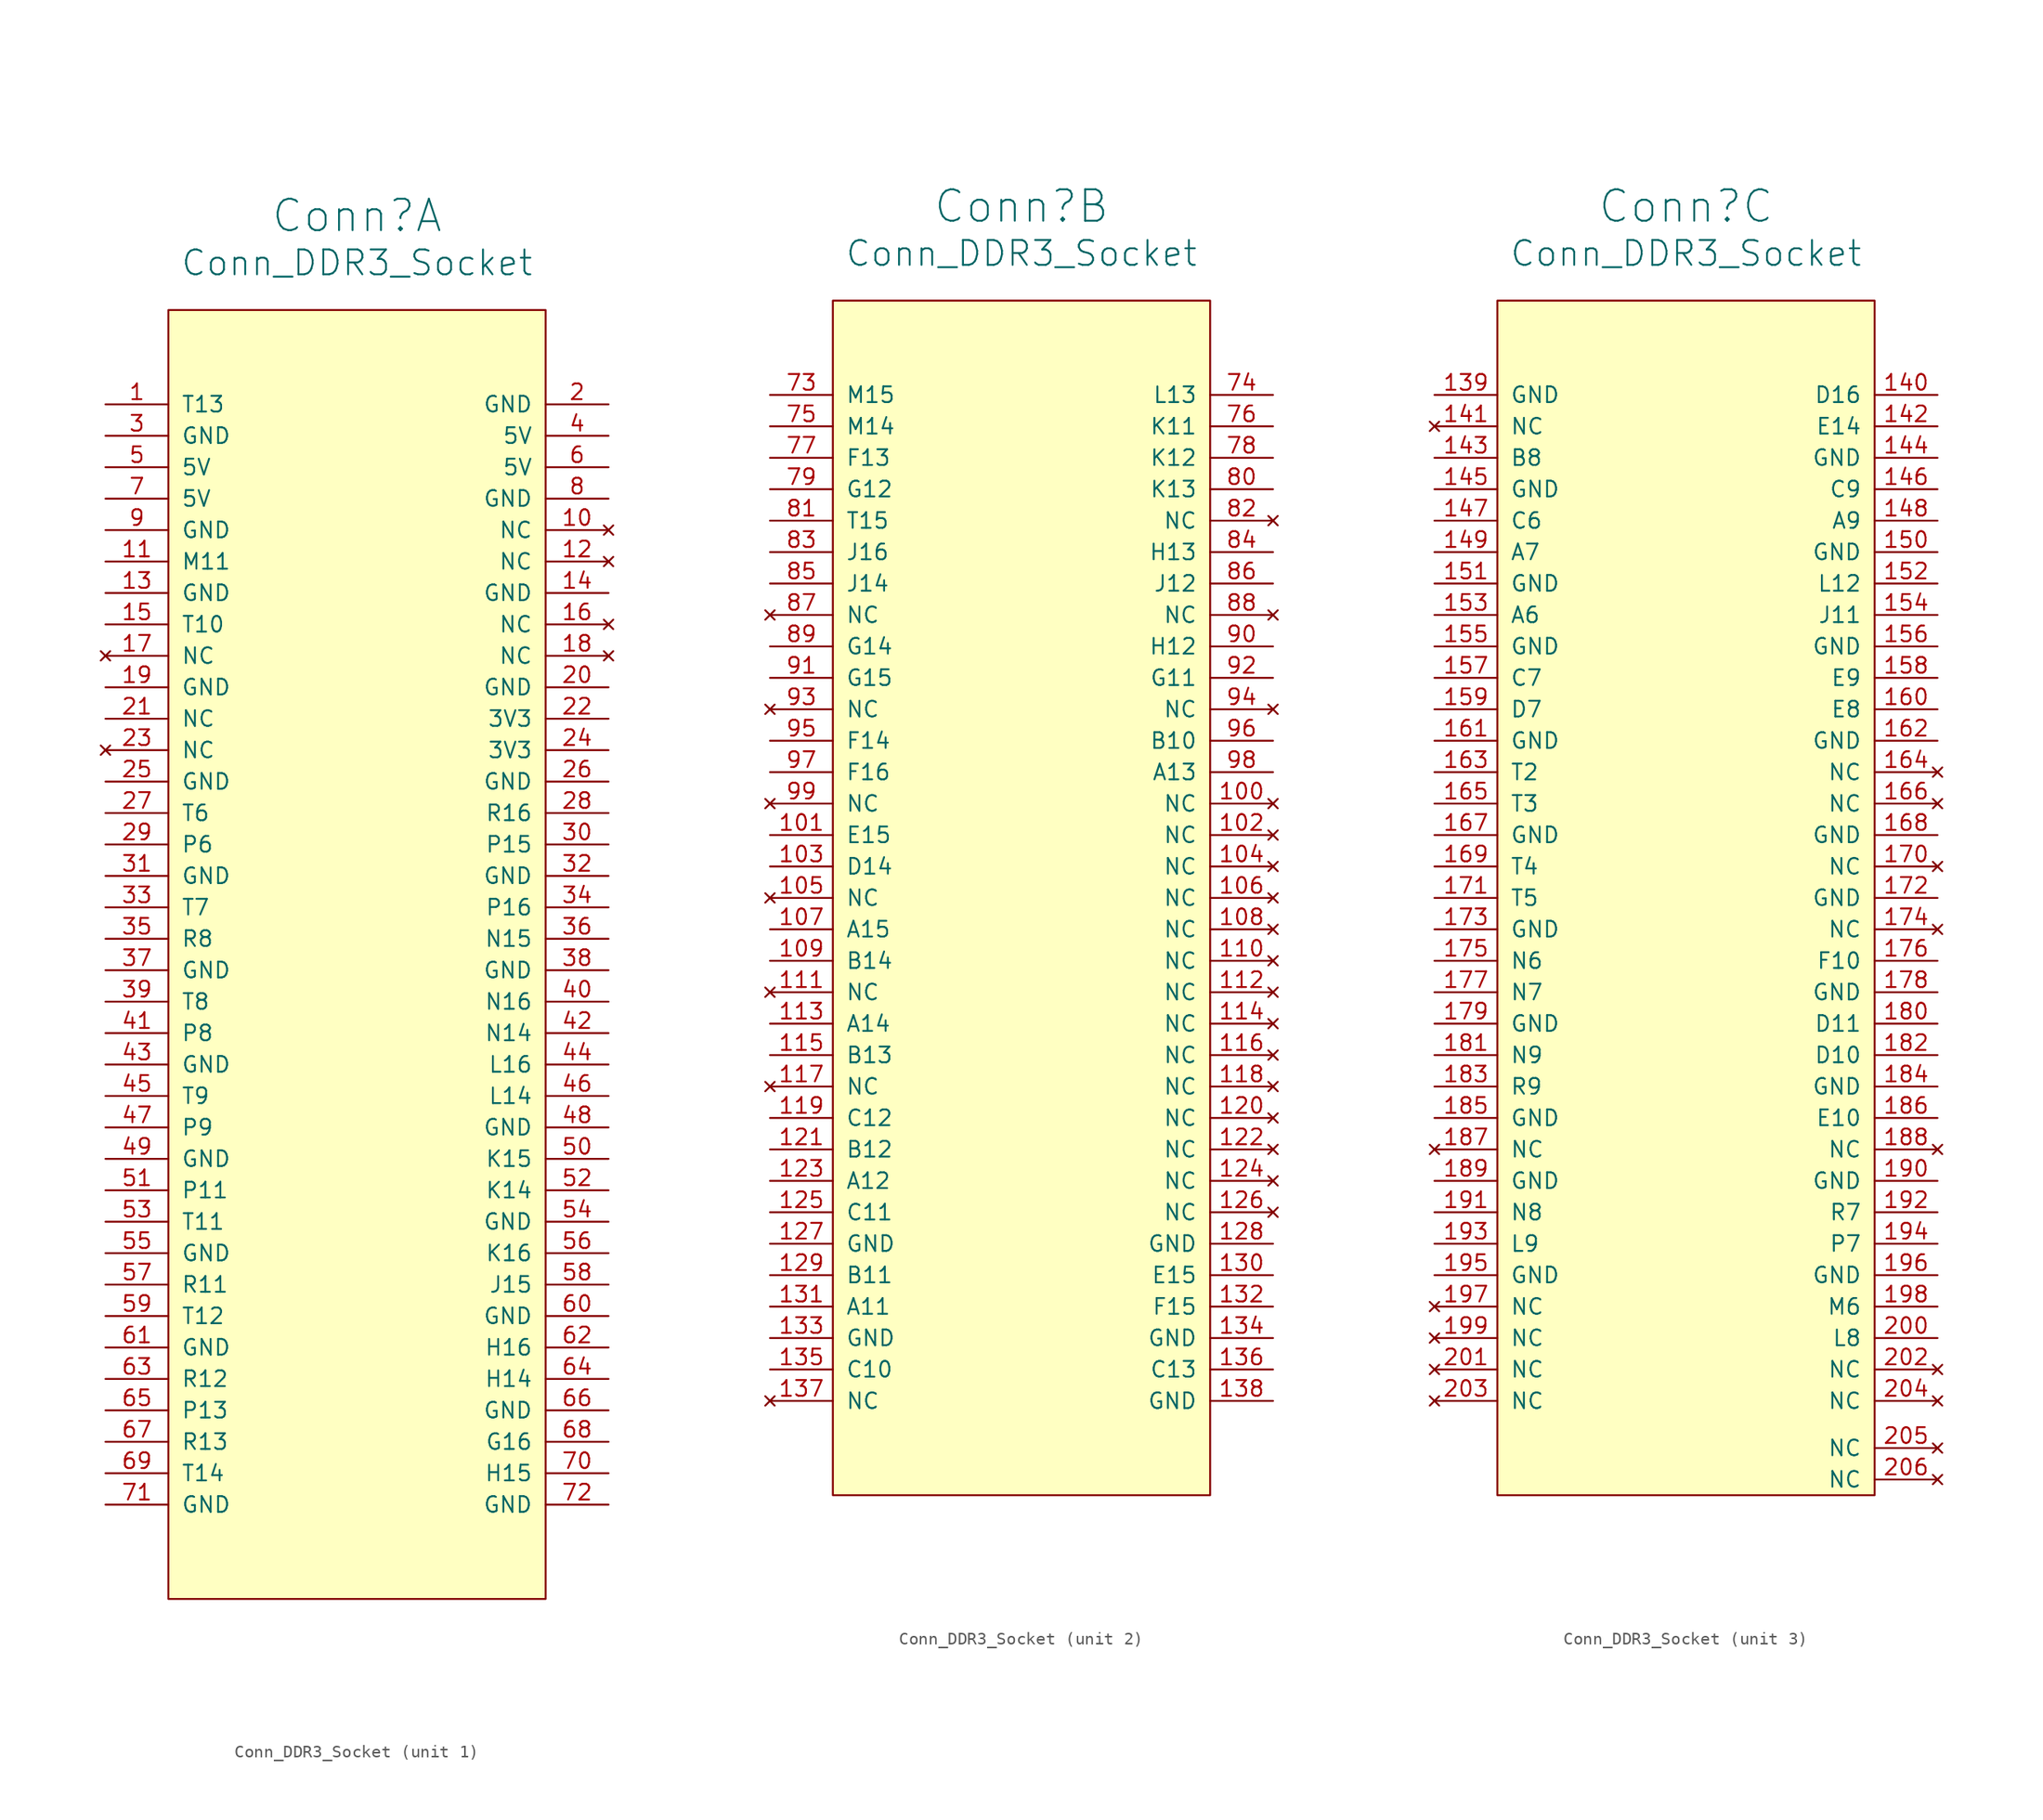
<source format=kicad_sym>
(kicad_symbol_lib
  (version 20211014)
  (generator kicad_symbol_editor)
  (symbol "Conn_DDR3_Socket"
    (pin_names
      (offset 1.016))
    (property "Reference" "Conn"
      (at 0 0 0)
      (effects (font (size 2.54 2.54))))
    (property "Value" "Conn_DDR3_Socket"
      (at 0 -3.81 0)
      (effects (font (size 2.007 2.007))))
    (property "ki_locked" ""
      (at 0 0 0)
      (effects (font (size 1.27 1.27))))
    (symbol "Conn_DDR3_Socket_1_1"
      (rectangle (start -15.24 -7.62) (end 15.24 -111.76) (stroke (width 0) (type default) (color 0 0 0 0)) (fill (type background)))
      (pin bidirectional line (at -20.32 -15.24 0) (length 5.08) (name "T13" (effects (font (size 1.27 1.27)))) (number "1" (effects (font (size 1.27 1.27)))))
      (pin no_connect line (at 20.32 -25.4 180) (length 5.08) (name "NC" (effects (font (size 1.27 1.27)))) (number "10" (effects (font (size 1.27 1.27)))))
      (pin bidirectional line (at -20.32 -27.94 0) (length 5.08) (name "M11" (effects (font (size 1.27 1.27)))) (number "11" (effects (font (size 1.27 1.27)))))
      (pin no_connect line (at 20.32 -27.94 180) (length 5.08) (name "NC" (effects (font (size 1.27 1.27)))) (number "12" (effects (font (size 1.27 1.27)))))
      (pin power_in line (at -20.32 -30.48 0) (length 5.08) (name "GND" (effects (font (size 1.27 1.27)))) (number "13" (effects (font (size 1.27 1.27)))))
      (pin power_in line (at 20.32 -30.48 180) (length 5.08) (name "GND" (effects (font (size 1.27 1.27)))) (number "14" (effects (font (size 1.27 1.27)))))
      (pin bidirectional line (at -20.32 -33.02 0) (length 5.08) (name "T10" (effects (font (size 1.27 1.27)))) (number "15" (effects (font (size 1.27 1.27)))))
      (pin no_connect line (at 20.32 -33.02 180) (length 5.08) (name "NC" (effects (font (size 1.27 1.27)))) (number "16" (effects (font (size 1.27 1.27)))))
      (pin no_connect line (at -20.32 -35.56 0) (length 5.08) (name "NC" (effects (font (size 1.27 1.27)))) (number "17" (effects (font (size 1.27 1.27)))))
      (pin no_connect line (at 20.32 -35.56 180) (length 5.08) (name "NC" (effects (font (size 1.27 1.27)))) (number "18" (effects (font (size 1.27 1.27)))))
      (pin power_in line (at -20.32 -38.1 0) (length 5.08) (name "GND" (effects (font (size 1.27 1.27)))) (number "19" (effects (font (size 1.27 1.27)))))
      (pin power_in line (at 20.32 -15.24 180) (length 5.08) (name "GND" (effects (font (size 1.27 1.27)))) (number "2" (effects (font (size 1.27 1.27)))))
      (pin power_in line (at 20.32 -38.1 180) (length 5.08) (name "GND" (effects (font (size 1.27 1.27)))) (number "20" (effects (font (size 1.27 1.27)))))
      (pin input line (at -20.32 -40.64 0) (length 5.08) (name "NC" (effects (font (size 1.27 1.27)))) (number "21" (effects (font (size 1.27 1.27)))))
      (pin power_in line (at 20.32 -40.64 180) (length 5.08) (name "3V3" (effects (font (size 1.27 1.27)))) (number "22" (effects (font (size 1.27 1.27)))))
      (pin no_connect line (at -20.32 -43.18 0) (length 5.08) (name "NC" (effects (font (size 1.27 1.27)))) (number "23" (effects (font (size 1.27 1.27)))))
      (pin power_in line (at 20.32 -43.18 180) (length 5.08) (name "3V3" (effects (font (size 1.27 1.27)))) (number "24" (effects (font (size 1.27 1.27)))))
      (pin power_in line (at -20.32 -45.72 0) (length 5.08) (name "GND" (effects (font (size 1.27 1.27)))) (number "25" (effects (font (size 1.27 1.27)))))
      (pin power_in line (at 20.32 -45.72 180) (length 5.08) (name "GND" (effects (font (size 1.27 1.27)))) (number "26" (effects (font (size 1.27 1.27)))))
      (pin bidirectional line (at -20.32 -48.26 0) (length 5.08) (name "T6" (effects (font (size 1.27 1.27)))) (number "27" (effects (font (size 1.27 1.27)))))
      (pin bidirectional line (at 20.32 -48.26 180) (length 5.08) (name "R16" (effects (font (size 1.27 1.27)))) (number "28" (effects (font (size 1.27 1.27)))))
      (pin bidirectional line (at -20.32 -50.8 0) (length 5.08) (name "P6" (effects (font (size 1.27 1.27)))) (number "29" (effects (font (size 1.27 1.27)))))
      (pin power_in line (at -20.32 -17.78 0) (length 5.08) (name "GND" (effects (font (size 1.27 1.27)))) (number "3" (effects (font (size 1.27 1.27)))))
      (pin bidirectional line (at 20.32 -50.8 180) (length 5.08) (name "P15" (effects (font (size 1.27 1.27)))) (number "30" (effects (font (size 1.27 1.27)))))
      (pin power_in line (at -20.32 -53.34 0) (length 5.08) (name "GND" (effects (font (size 1.27 1.27)))) (number "31" (effects (font (size 1.27 1.27)))))
      (pin power_in line (at 20.32 -53.34 180) (length 5.08) (name "GND" (effects (font (size 1.27 1.27)))) (number "32" (effects (font (size 1.27 1.27)))))
      (pin bidirectional line (at -20.32 -55.88 0) (length 5.08) (name "T7" (effects (font (size 1.27 1.27)))) (number "33" (effects (font (size 1.27 1.27)))))
      (pin bidirectional line (at 20.32 -55.88 180) (length 5.08) (name "P16" (effects (font (size 1.27 1.27)))) (number "34" (effects (font (size 1.27 1.27)))))
      (pin bidirectional line (at -20.32 -58.42 0) (length 5.08) (name "R8" (effects (font (size 1.27 1.27)))) (number "35" (effects (font (size 1.27 1.27)))))
      (pin bidirectional line (at 20.32 -58.42 180) (length 5.08) (name "N15" (effects (font (size 1.27 1.27)))) (number "36" (effects (font (size 1.27 1.27)))))
      (pin power_in line (at -20.32 -60.96 0) (length 5.08) (name "GND" (effects (font (size 1.27 1.27)))) (number "37" (effects (font (size 1.27 1.27)))))
      (pin power_in line (at 20.32 -60.96 180) (length 5.08) (name "GND" (effects (font (size 1.27 1.27)))) (number "38" (effects (font (size 1.27 1.27)))))
      (pin bidirectional line (at -20.32 -63.5 0) (length 5.08) (name "T8" (effects (font (size 1.27 1.27)))) (number "39" (effects (font (size 1.27 1.27)))))
      (pin power_in line (at 20.32 -17.78 180) (length 5.08) (name "5V" (effects (font (size 1.27 1.27)))) (number "4" (effects (font (size 1.27 1.27)))))
      (pin bidirectional line (at 20.32 -63.5 180) (length 5.08) (name "N16" (effects (font (size 1.27 1.27)))) (number "40" (effects (font (size 1.27 1.27)))))
      (pin bidirectional line (at -20.32 -66.04 0) (length 5.08) (name "P8" (effects (font (size 1.27 1.27)))) (number "41" (effects (font (size 1.27 1.27)))))
      (pin bidirectional line (at 20.32 -66.04 180) (length 5.08) (name "N14" (effects (font (size 1.27 1.27)))) (number "42" (effects (font (size 1.27 1.27)))))
      (pin power_in line (at -20.32 -68.58 0) (length 5.08) (name "GND" (effects (font (size 1.27 1.27)))) (number "43" (effects (font (size 1.27 1.27)))))
      (pin bidirectional line (at 20.32 -68.58 180) (length 5.08) (name "L16" (effects (font (size 1.27 1.27)))) (number "44" (effects (font (size 1.27 1.27)))))
      (pin bidirectional line (at -20.32 -71.12 0) (length 5.08) (name "T9" (effects (font (size 1.27 1.27)))) (number "45" (effects (font (size 1.27 1.27)))))
      (pin bidirectional line (at 20.32 -71.12 180) (length 5.08) (name "L14" (effects (font (size 1.27 1.27)))) (number "46" (effects (font (size 1.27 1.27)))))
      (pin bidirectional line (at -20.32 -73.66 0) (length 5.08) (name "P9" (effects (font (size 1.27 1.27)))) (number "47" (effects (font (size 1.27 1.27)))))
      (pin power_in line (at 20.32 -73.66 180) (length 5.08) (name "GND" (effects (font (size 1.27 1.27)))) (number "48" (effects (font (size 1.27 1.27)))))
      (pin power_in line (at -20.32 -76.2 0) (length 5.08) (name "GND" (effects (font (size 1.27 1.27)))) (number "49" (effects (font (size 1.27 1.27)))))
      (pin power_in line (at -20.32 -20.32 0) (length 5.08) (name "5V" (effects (font (size 1.27 1.27)))) (number "5" (effects (font (size 1.27 1.27)))))
      (pin bidirectional line (at 20.32 -76.2 180) (length 5.08) (name "K15" (effects (font (size 1.27 1.27)))) (number "50" (effects (font (size 1.27 1.27)))))
      (pin bidirectional line (at -20.32 -78.74 0) (length 5.08) (name "P11" (effects (font (size 1.27 1.27)))) (number "51" (effects (font (size 1.27 1.27)))))
      (pin bidirectional line (at 20.32 -78.74 180) (length 5.08) (name "K14" (effects (font (size 1.27 1.27)))) (number "52" (effects (font (size 1.27 1.27)))))
      (pin bidirectional line (at -20.32 -81.28 0) (length 5.08) (name "T11" (effects (font (size 1.27 1.27)))) (number "53" (effects (font (size 1.27 1.27)))))
      (pin power_in line (at 20.32 -81.28 180) (length 5.08) (name "GND" (effects (font (size 1.27 1.27)))) (number "54" (effects (font (size 1.27 1.27)))))
      (pin power_in line (at -20.32 -83.82 0) (length 5.08) (name "GND" (effects (font (size 1.27 1.27)))) (number "55" (effects (font (size 1.27 1.27)))))
      (pin bidirectional line (at 20.32 -83.82 180) (length 5.08) (name "K16" (effects (font (size 1.27 1.27)))) (number "56" (effects (font (size 1.27 1.27)))))
      (pin bidirectional line (at -20.32 -86.36 0) (length 5.08) (name "R11" (effects (font (size 1.27 1.27)))) (number "57" (effects (font (size 1.27 1.27)))))
      (pin bidirectional line (at 20.32 -86.36 180) (length 5.08) (name "J15" (effects (font (size 1.27 1.27)))) (number "58" (effects (font (size 1.27 1.27)))))
      (pin bidirectional line (at -20.32 -88.9 0) (length 5.08) (name "T12" (effects (font (size 1.27 1.27)))) (number "59" (effects (font (size 1.27 1.27)))))
      (pin power_in line (at 20.32 -20.32 180) (length 5.08) (name "5V" (effects (font (size 1.27 1.27)))) (number "6" (effects (font (size 1.27 1.27)))))
      (pin power_in line (at 20.32 -88.9 180) (length 5.08) (name "GND" (effects (font (size 1.27 1.27)))) (number "60" (effects (font (size 1.27 1.27)))))
      (pin power_in line (at -20.32 -91.44 0) (length 5.08) (name "GND" (effects (font (size 1.27 1.27)))) (number "61" (effects (font (size 1.27 1.27)))))
      (pin bidirectional line (at 20.32 -91.44 180) (length 5.08) (name "H16" (effects (font (size 1.27 1.27)))) (number "62" (effects (font (size 1.27 1.27)))))
      (pin bidirectional line (at -20.32 -93.98 0) (length 5.08) (name "R12" (effects (font (size 1.27 1.27)))) (number "63" (effects (font (size 1.27 1.27)))))
      (pin bidirectional line (at 20.32 -93.98 180) (length 5.08) (name "H14" (effects (font (size 1.27 1.27)))) (number "64" (effects (font (size 1.27 1.27)))))
      (pin bidirectional line (at -20.32 -96.52 0) (length 5.08) (name "P13" (effects (font (size 1.27 1.27)))) (number "65" (effects (font (size 1.27 1.27)))))
      (pin power_in line (at 20.32 -96.52 180) (length 5.08) (name "GND" (effects (font (size 1.27 1.27)))) (number "66" (effects (font (size 1.27 1.27)))))
      (pin bidirectional line (at -20.32 -99.06 0) (length 5.08) (name "R13" (effects (font (size 1.27 1.27)))) (number "67" (effects (font (size 1.27 1.27)))))
      (pin bidirectional line (at 20.32 -99.06 180) (length 5.08) (name "G16" (effects (font (size 1.27 1.27)))) (number "68" (effects (font (size 1.27 1.27)))))
      (pin bidirectional line (at -20.32 -101.6 0) (length 5.08) (name "T14" (effects (font (size 1.27 1.27)))) (number "69" (effects (font (size 1.27 1.27)))))
      (pin power_in line (at -20.32 -22.86 0) (length 5.08) (name "5V" (effects (font (size 1.27 1.27)))) (number "7" (effects (font (size 1.27 1.27)))))
      (pin bidirectional line (at 20.32 -101.6 180) (length 5.08) (name "H15" (effects (font (size 1.27 1.27)))) (number "70" (effects (font (size 1.27 1.27)))))
      (pin power_in line (at -20.32 -104.14 0) (length 5.08) (name "GND" (effects (font (size 1.27 1.27)))) (number "71" (effects (font (size 1.27 1.27)))))
      (pin power_in line (at 20.32 -104.14 180) (length 5.08) (name "GND" (effects (font (size 1.27 1.27)))) (number "72" (effects (font (size 1.27 1.27)))))
      (pin power_in line (at 20.32 -22.86 180) (length 5.08) (name "GND" (effects (font (size 1.27 1.27)))) (number "8" (effects (font (size 1.27 1.27)))))
      (pin power_in line (at -20.32 -25.4 0) (length 5.08) (name "GND" (effects (font (size 1.27 1.27)))) (number "9" (effects (font (size 1.27 1.27))))))
    (symbol "Conn_DDR3_Socket_2_1"
      (rectangle (start -15.24 -7.62) (end 15.24 -104.14) (stroke (width 0) (type default) (color 0 0 0 0)) (fill (type background)))
      (pin no_connect line (at 20.32 -48.26 180) (length 5.08) (name "NC" (effects (font (size 1.27 1.27)))) (number "100" (effects (font (size 1.27 1.27)))))
      (pin bidirectional line (at -20.32 -50.8 0) (length 5.08) (name "E15" (effects (font (size 1.27 1.27)))) (number "101" (effects (font (size 1.27 1.27)))))
      (pin no_connect line (at 20.32 -50.8 180) (length 5.08) (name "NC" (effects (font (size 1.27 1.27)))) (number "102" (effects (font (size 1.27 1.27)))))
      (pin bidirectional line (at -20.32 -53.34 0) (length 5.08) (name "D14" (effects (font (size 1.27 1.27)))) (number "103" (effects (font (size 1.27 1.27)))))
      (pin no_connect line (at 20.32 -53.34 180) (length 5.08) (name "NC" (effects (font (size 1.27 1.27)))) (number "104" (effects (font (size 1.27 1.27)))))
      (pin no_connect line (at -20.32 -55.88 0) (length 5.08) (name "NC" (effects (font (size 1.27 1.27)))) (number "105" (effects (font (size 1.27 1.27)))))
      (pin no_connect line (at 20.32 -55.88 180) (length 5.08) (name "NC" (effects (font (size 1.27 1.27)))) (number "106" (effects (font (size 1.27 1.27)))))
      (pin bidirectional line (at -20.32 -58.42 0) (length 5.08) (name "A15" (effects (font (size 1.27 1.27)))) (number "107" (effects (font (size 1.27 1.27)))))
      (pin no_connect line (at 20.32 -58.42 180) (length 5.08) (name "NC" (effects (font (size 1.27 1.27)))) (number "108" (effects (font (size 1.27 1.27)))))
      (pin bidirectional line (at -20.32 -60.96 0) (length 5.08) (name "B14" (effects (font (size 1.27 1.27)))) (number "109" (effects (font (size 1.27 1.27)))))
      (pin no_connect line (at 20.32 -60.96 180) (length 5.08) (name "NC" (effects (font (size 1.27 1.27)))) (number "110" (effects (font (size 1.27 1.27)))))
      (pin no_connect line (at -20.32 -63.5 0) (length 5.08) (name "NC" (effects (font (size 1.27 1.27)))) (number "111" (effects (font (size 1.27 1.27)))))
      (pin no_connect line (at 20.32 -63.5 180) (length 5.08) (name "NC" (effects (font (size 1.27 1.27)))) (number "112" (effects (font (size 1.27 1.27)))))
      (pin bidirectional line (at -20.32 -66.04 0) (length 5.08) (name "A14" (effects (font (size 1.27 1.27)))) (number "113" (effects (font (size 1.27 1.27)))))
      (pin no_connect line (at 20.32 -66.04 180) (length 5.08) (name "NC" (effects (font (size 1.27 1.27)))) (number "114" (effects (font (size 1.27 1.27)))))
      (pin bidirectional line (at -20.32 -68.58 0) (length 5.08) (name "B13" (effects (font (size 1.27 1.27)))) (number "115" (effects (font (size 1.27 1.27)))))
      (pin no_connect line (at 20.32 -68.58 180) (length 5.08) (name "NC" (effects (font (size 1.27 1.27)))) (number "116" (effects (font (size 1.27 1.27)))))
      (pin no_connect line (at -20.32 -71.12 0) (length 5.08) (name "NC" (effects (font (size 1.27 1.27)))) (number "117" (effects (font (size 1.27 1.27)))))
      (pin no_connect line (at 20.32 -71.12 180) (length 5.08) (name "NC" (effects (font (size 1.27 1.27)))) (number "118" (effects (font (size 1.27 1.27)))))
      (pin bidirectional line (at -20.32 -73.66 0) (length 5.08) (name "C12" (effects (font (size 1.27 1.27)))) (number "119" (effects (font (size 1.27 1.27)))))
      (pin no_connect line (at 20.32 -73.66 180) (length 5.08) (name "NC" (effects (font (size 1.27 1.27)))) (number "120" (effects (font (size 1.27 1.27)))))
      (pin bidirectional line (at -20.32 -76.2 0) (length 5.08) (name "B12" (effects (font (size 1.27 1.27)))) (number "121" (effects (font (size 1.27 1.27)))))
      (pin no_connect line (at 20.32 -76.2 180) (length 5.08) (name "NC" (effects (font (size 1.27 1.27)))) (number "122" (effects (font (size 1.27 1.27)))))
      (pin bidirectional line (at -20.32 -78.74 0) (length 5.08) (name "A12" (effects (font (size 1.27 1.27)))) (number "123" (effects (font (size 1.27 1.27)))))
      (pin no_connect line (at 20.32 -78.74 180) (length 5.08) (name "NC" (effects (font (size 1.27 1.27)))) (number "124" (effects (font (size 1.27 1.27)))))
      (pin bidirectional line (at -20.32 -81.28 0) (length 5.08) (name "C11" (effects (font (size 1.27 1.27)))) (number "125" (effects (font (size 1.27 1.27)))))
      (pin no_connect line (at 20.32 -81.28 180) (length 5.08) (name "NC" (effects (font (size 1.27 1.27)))) (number "126" (effects (font (size 1.27 1.27)))))
      (pin power_in line (at -20.32 -83.82 0) (length 5.08) (name "GND" (effects (font (size 1.27 1.27)))) (number "127" (effects (font (size 1.27 1.27)))))
      (pin power_in line (at 20.32 -83.82 180) (length 5.08) (name "GND" (effects (font (size 1.27 1.27)))) (number "128" (effects (font (size 1.27 1.27)))))
      (pin bidirectional line (at -20.32 -86.36 0) (length 5.08) (name "B11" (effects (font (size 1.27 1.27)))) (number "129" (effects (font (size 1.27 1.27)))))
      (pin bidirectional line (at 20.32 -86.36 180) (length 5.08) (name "E15" (effects (font (size 1.27 1.27)))) (number "130" (effects (font (size 1.27 1.27)))))
      (pin bidirectional line (at -20.32 -88.9 0) (length 5.08) (name "A11" (effects (font (size 1.27 1.27)))) (number "131" (effects (font (size 1.27 1.27)))))
      (pin bidirectional line (at 20.32 -88.9 180) (length 5.08) (name "F15" (effects (font (size 1.27 1.27)))) (number "132" (effects (font (size 1.27 1.27)))))
      (pin power_in line (at -20.32 -91.44 0) (length 5.08) (name "GND" (effects (font (size 1.27 1.27)))) (number "133" (effects (font (size 1.27 1.27)))))
      (pin power_in line (at 20.32 -91.44 180) (length 5.08) (name "GND" (effects (font (size 1.27 1.27)))) (number "134" (effects (font (size 1.27 1.27)))))
      (pin bidirectional line (at -20.32 -93.98 0) (length 5.08) (name "C10" (effects (font (size 1.27 1.27)))) (number "135" (effects (font (size 1.27 1.27)))))
      (pin bidirectional line (at 20.32 -93.98 180) (length 5.08) (name "C13" (effects (font (size 1.27 1.27)))) (number "136" (effects (font (size 1.27 1.27)))))
      (pin no_connect line (at -20.32 -96.52 0) (length 5.08) (name "NC" (effects (font (size 1.27 1.27)))) (number "137" (effects (font (size 1.27 1.27)))))
      (pin power_in line (at 20.32 -96.52 180) (length 5.08) (name "GND" (effects (font (size 1.27 1.27)))) (number "138" (effects (font (size 1.27 1.27)))))
      (pin bidirectional line (at -20.32 -15.24 0) (length 5.08) (name "M15" (effects (font (size 1.27 1.27)))) (number "73" (effects (font (size 1.27 1.27)))))
      (pin bidirectional line (at 20.32 -15.24 180) (length 5.08) (name "L13" (effects (font (size 1.27 1.27)))) (number "74" (effects (font (size 1.27 1.27)))))
      (pin bidirectional line (at -20.32 -17.78 0) (length 5.08) (name "M14" (effects (font (size 1.27 1.27)))) (number "75" (effects (font (size 1.27 1.27)))))
      (pin bidirectional line (at 20.32 -17.78 180) (length 5.08) (name "K11" (effects (font (size 1.27 1.27)))) (number "76" (effects (font (size 1.27 1.27)))))
      (pin bidirectional line (at -20.32 -20.32 0) (length 5.08) (name "F13" (effects (font (size 1.27 1.27)))) (number "77" (effects (font (size 1.27 1.27)))))
      (pin bidirectional line (at 20.32 -20.32 180) (length 5.08) (name "K12" (effects (font (size 1.27 1.27)))) (number "78" (effects (font (size 1.27 1.27)))))
      (pin bidirectional line (at -20.32 -22.86 0) (length 5.08) (name "G12" (effects (font (size 1.27 1.27)))) (number "79" (effects (font (size 1.27 1.27)))))
      (pin bidirectional line (at 20.32 -22.86 180) (length 5.08) (name "K13" (effects (font (size 1.27 1.27)))) (number "80" (effects (font (size 1.27 1.27)))))
      (pin bidirectional line (at -20.32 -25.4 0) (length 5.08) (name "T15" (effects (font (size 1.27 1.27)))) (number "81" (effects (font (size 1.27 1.27)))))
      (pin no_connect line (at 20.32 -25.4 180) (length 5.08) (name "NC" (effects (font (size 1.27 1.27)))) (number "82" (effects (font (size 1.27 1.27)))))
      (pin bidirectional line (at -20.32 -27.94 0) (length 5.08) (name "J16" (effects (font (size 1.27 1.27)))) (number "83" (effects (font (size 1.27 1.27)))))
      (pin bidirectional line (at 20.32 -27.94 180) (length 5.08) (name "H13" (effects (font (size 1.27 1.27)))) (number "84" (effects (font (size 1.27 1.27)))))
      (pin bidirectional line (at -20.32 -30.48 0) (length 5.08) (name "J14" (effects (font (size 1.27 1.27)))) (number "85" (effects (font (size 1.27 1.27)))))
      (pin bidirectional line (at 20.32 -30.48 180) (length 5.08) (name "J12" (effects (font (size 1.27 1.27)))) (number "86" (effects (font (size 1.27 1.27)))))
      (pin no_connect line (at -20.32 -33.02 0) (length 5.08) (name "NC" (effects (font (size 1.27 1.27)))) (number "87" (effects (font (size 1.27 1.27)))))
      (pin no_connect line (at 20.32 -33.02 180) (length 5.08) (name "NC" (effects (font (size 1.27 1.27)))) (number "88" (effects (font (size 1.27 1.27)))))
      (pin bidirectional line (at -20.32 -35.56 0) (length 5.08) (name "G14" (effects (font (size 1.27 1.27)))) (number "89" (effects (font (size 1.27 1.27)))))
      (pin bidirectional line (at 20.32 -35.56 180) (length 5.08) (name "H12" (effects (font (size 1.27 1.27)))) (number "90" (effects (font (size 1.27 1.27)))))
      (pin bidirectional line (at -20.32 -38.1 0) (length 5.08) (name "G15" (effects (font (size 1.27 1.27)))) (number "91" (effects (font (size 1.27 1.27)))))
      (pin bidirectional line (at 20.32 -38.1 180) (length 5.08) (name "G11" (effects (font (size 1.27 1.27)))) (number "92" (effects (font (size 1.27 1.27)))))
      (pin no_connect line (at -20.32 -40.64 0) (length 5.08) (name "NC" (effects (font (size 1.27 1.27)))) (number "93" (effects (font (size 1.27 1.27)))))
      (pin no_connect line (at 20.32 -40.64 180) (length 5.08) (name "NC" (effects (font (size 1.27 1.27)))) (number "94" (effects (font (size 1.27 1.27)))))
      (pin bidirectional line (at -20.32 -43.18 0) (length 5.08) (name "F14" (effects (font (size 1.27 1.27)))) (number "95" (effects (font (size 1.27 1.27)))))
      (pin bidirectional line (at 20.32 -43.18 180) (length 5.08) (name "B10" (effects (font (size 1.27 1.27)))) (number "96" (effects (font (size 1.27 1.27)))))
      (pin bidirectional line (at -20.32 -45.72 0) (length 5.08) (name "F16" (effects (font (size 1.27 1.27)))) (number "97" (effects (font (size 1.27 1.27)))))
      (pin bidirectional line (at 20.32 -45.72 180) (length 5.08) (name "A13" (effects (font (size 1.27 1.27)))) (number "98" (effects (font (size 1.27 1.27)))))
      (pin no_connect line (at -20.32 -48.26 0) (length 5.08) (name "NC" (effects (font (size 1.27 1.27)))) (number "99" (effects (font (size 1.27 1.27))))))
    (symbol "Conn_DDR3_Socket_3_1"
      (rectangle (start -15.24 -7.62) (end 15.24 -104.14) (stroke (width 0) (type default) (color 0 0 0 0)) (fill (type background)))
      (pin power_in line (at -20.32 -15.24 0) (length 5.08) (name "GND" (effects (font (size 1.27 1.27)))) (number "139" (effects (font (size 1.27 1.27)))))
      (pin bidirectional line (at 20.32 -15.24 180) (length 5.08) (name "D16" (effects (font (size 1.27 1.27)))) (number "140" (effects (font (size 1.27 1.27)))))
      (pin no_connect line (at -20.32 -17.78 0) (length 5.08) (name "NC" (effects (font (size 1.27 1.27)))) (number "141" (effects (font (size 1.27 1.27)))))
      (pin bidirectional line (at 20.32 -17.78 180) (length 5.08) (name "E14" (effects (font (size 1.27 1.27)))) (number "142" (effects (font (size 1.27 1.27)))))
      (pin bidirectional line (at -20.32 -20.32 0) (length 5.08) (name "B8" (effects (font (size 1.27 1.27)))) (number "143" (effects (font (size 1.27 1.27)))))
      (pin power_in line (at 20.32 -20.32 180) (length 5.08) (name "GND" (effects (font (size 1.27 1.27)))) (number "144" (effects (font (size 1.27 1.27)))))
      (pin power_in line (at -20.32 -22.86 0) (length 5.08) (name "GND" (effects (font (size 1.27 1.27)))) (number "145" (effects (font (size 1.27 1.27)))))
      (pin bidirectional line (at 20.32 -22.86 180) (length 5.08) (name "C9" (effects (font (size 1.27 1.27)))) (number "146" (effects (font (size 1.27 1.27)))))
      (pin bidirectional line (at -20.32 -25.4 0) (length 5.08) (name "C6" (effects (font (size 1.27 1.27)))) (number "147" (effects (font (size 1.27 1.27)))))
      (pin bidirectional line (at 20.32 -25.4 180) (length 5.08) (name "A9" (effects (font (size 1.27 1.27)))) (number "148" (effects (font (size 1.27 1.27)))))
      (pin bidirectional line (at -20.32 -27.94 0) (length 5.08) (name "A7" (effects (font (size 1.27 1.27)))) (number "149" (effects (font (size 1.27 1.27)))))
      (pin power_in line (at 20.32 -27.94 180) (length 5.08) (name "GND" (effects (font (size 1.27 1.27)))) (number "150" (effects (font (size 1.27 1.27)))))
      (pin power_in line (at -20.32 -30.48 0) (length 5.08) (name "GND" (effects (font (size 1.27 1.27)))) (number "151" (effects (font (size 1.27 1.27)))))
      (pin bidirectional line (at 20.32 -30.48 180) (length 5.08) (name "L12" (effects (font (size 1.27 1.27)))) (number "152" (effects (font (size 1.27 1.27)))))
      (pin bidirectional line (at -20.32 -33.02 0) (length 5.08) (name "A6" (effects (font (size 1.27 1.27)))) (number "153" (effects (font (size 1.27 1.27)))))
      (pin bidirectional line (at 20.32 -33.02 180) (length 5.08) (name "J11" (effects (font (size 1.27 1.27)))) (number "154" (effects (font (size 1.27 1.27)))))
      (pin power_in line (at -20.32 -35.56 0) (length 5.08) (name "GND" (effects (font (size 1.27 1.27)))) (number "155" (effects (font (size 1.27 1.27)))))
      (pin power_in line (at 20.32 -35.56 180) (length 5.08) (name "GND" (effects (font (size 1.27 1.27)))) (number "156" (effects (font (size 1.27 1.27)))))
      (pin bidirectional line (at -20.32 -38.1 0) (length 5.08) (name "C7" (effects (font (size 1.27 1.27)))) (number "157" (effects (font (size 1.27 1.27)))))
      (pin bidirectional line (at 20.32 -38.1 180) (length 5.08) (name "E9" (effects (font (size 1.27 1.27)))) (number "158" (effects (font (size 1.27 1.27)))))
      (pin bidirectional line (at -20.32 -40.64 0) (length 5.08) (name "D7" (effects (font (size 1.27 1.27)))) (number "159" (effects (font (size 1.27 1.27)))))
      (pin bidirectional line (at 20.32 -40.64 180) (length 5.08) (name "E8" (effects (font (size 1.27 1.27)))) (number "160" (effects (font (size 1.27 1.27)))))
      (pin power_in line (at -20.32 -43.18 0) (length 5.08) (name "GND" (effects (font (size 1.27 1.27)))) (number "161" (effects (font (size 1.27 1.27)))))
      (pin power_in line (at 20.32 -43.18 180) (length 5.08) (name "GND" (effects (font (size 1.27 1.27)))) (number "162" (effects (font (size 1.27 1.27)))))
      (pin bidirectional line (at -20.32 -45.72 0) (length 5.08) (name "T2" (effects (font (size 1.27 1.27)))) (number "163" (effects (font (size 1.27 1.27)))))
      (pin no_connect line (at 20.32 -45.72 180) (length 5.08) (name "NC" (effects (font (size 1.27 1.27)))) (number "164" (effects (font (size 1.27 1.27)))))
      (pin bidirectional line (at -20.32 -48.26 0) (length 5.08) (name "T3" (effects (font (size 1.27 1.27)))) (number "165" (effects (font (size 1.27 1.27)))))
      (pin no_connect line (at 20.32 -48.26 180) (length 5.08) (name "NC" (effects (font (size 1.27 1.27)))) (number "166" (effects (font (size 1.27 1.27)))))
      (pin power_in line (at -20.32 -50.8 0) (length 5.08) (name "GND" (effects (font (size 1.27 1.27)))) (number "167" (effects (font (size 1.27 1.27)))))
      (pin power_in line (at 20.32 -50.8 180) (length 5.08) (name "GND" (effects (font (size 1.27 1.27)))) (number "168" (effects (font (size 1.27 1.27)))))
      (pin bidirectional line (at -20.32 -53.34 0) (length 5.08) (name "T4" (effects (font (size 1.27 1.27)))) (number "169" (effects (font (size 1.27 1.27)))))
      (pin no_connect line (at 20.32 -53.34 180) (length 5.08) (name "NC" (effects (font (size 1.27 1.27)))) (number "170" (effects (font (size 1.27 1.27)))))
      (pin bidirectional line (at -20.32 -55.88 0) (length 5.08) (name "T5" (effects (font (size 1.27 1.27)))) (number "171" (effects (font (size 1.27 1.27)))))
      (pin power_in line (at 20.32 -55.88 180) (length 5.08) (name "GND" (effects (font (size 1.27 1.27)))) (number "172" (effects (font (size 1.27 1.27)))))
      (pin power_in line (at -20.32 -58.42 0) (length 5.08) (name "GND" (effects (font (size 1.27 1.27)))) (number "173" (effects (font (size 1.27 1.27)))))
      (pin no_connect line (at 20.32 -58.42 180) (length 5.08) (name "NC" (effects (font (size 1.27 1.27)))) (number "174" (effects (font (size 1.27 1.27)))))
      (pin bidirectional line (at -20.32 -60.96 0) (length 5.08) (name "N6" (effects (font (size 1.27 1.27)))) (number "175" (effects (font (size 1.27 1.27)))))
      (pin bidirectional line (at 20.32 -60.96 180) (length 5.08) (name "F10" (effects (font (size 1.27 1.27)))) (number "176" (effects (font (size 1.27 1.27)))))
      (pin bidirectional line (at -20.32 -63.5 0) (length 5.08) (name "N7" (effects (font (size 1.27 1.27)))) (number "177" (effects (font (size 1.27 1.27)))))
      (pin power_in line (at 20.32 -63.5 180) (length 5.08) (name "GND" (effects (font (size 1.27 1.27)))) (number "178" (effects (font (size 1.27 1.27)))))
      (pin power_in line (at -20.32 -66.04 0) (length 5.08) (name "GND" (effects (font (size 1.27 1.27)))) (number "179" (effects (font (size 1.27 1.27)))))
      (pin bidirectional line (at 20.32 -66.04 180) (length 5.08) (name "D11" (effects (font (size 1.27 1.27)))) (number "180" (effects (font (size 1.27 1.27)))))
      (pin bidirectional line (at -20.32 -68.58 0) (length 5.08) (name "N9" (effects (font (size 1.27 1.27)))) (number "181" (effects (font (size 1.27 1.27)))))
      (pin bidirectional line (at 20.32 -68.58 180) (length 5.08) (name "D10" (effects (font (size 1.27 1.27)))) (number "182" (effects (font (size 1.27 1.27)))))
      (pin bidirectional line (at -20.32 -71.12 0) (length 5.08) (name "R9" (effects (font (size 1.27 1.27)))) (number "183" (effects (font (size 1.27 1.27)))))
      (pin power_in line (at 20.32 -71.12 180) (length 5.08) (name "GND" (effects (font (size 1.27 1.27)))) (number "184" (effects (font (size 1.27 1.27)))))
      (pin power_in line (at -20.32 -73.66 0) (length 5.08) (name "GND" (effects (font (size 1.27 1.27)))) (number "185" (effects (font (size 1.27 1.27)))))
      (pin bidirectional line (at 20.32 -73.66 180) (length 5.08) (name "E10" (effects (font (size 1.27 1.27)))) (number "186" (effects (font (size 1.27 1.27)))))
      (pin no_connect line (at -20.32 -76.2 0) (length 5.08) (name "NC" (effects (font (size 1.27 1.27)))) (number "187" (effects (font (size 1.27 1.27)))))
      (pin no_connect line (at 20.32 -76.2 180) (length 5.08) (name "NC" (effects (font (size 1.27 1.27)))) (number "188" (effects (font (size 1.27 1.27)))))
      (pin power_in line (at -20.32 -78.74 0) (length 5.08) (name "GND" (effects (font (size 1.27 1.27)))) (number "189" (effects (font (size 1.27 1.27)))))
      (pin power_in line (at 20.32 -78.74 180) (length 5.08) (name "GND" (effects (font (size 1.27 1.27)))) (number "190" (effects (font (size 1.27 1.27)))))
      (pin bidirectional line (at -20.32 -81.28 0) (length 5.08) (name "N8" (effects (font (size 1.27 1.27)))) (number "191" (effects (font (size 1.27 1.27)))))
      (pin bidirectional line (at 20.32 -81.28 180) (length 5.08) (name "R7" (effects (font (size 1.27 1.27)))) (number "192" (effects (font (size 1.27 1.27)))))
      (pin bidirectional line (at -20.32 -83.82 0) (length 5.08) (name "L9" (effects (font (size 1.27 1.27)))) (number "193" (effects (font (size 1.27 1.27)))))
      (pin bidirectional line (at 20.32 -83.82 180) (length 5.08) (name "P7" (effects (font (size 1.27 1.27)))) (number "194" (effects (font (size 1.27 1.27)))))
      (pin power_in line (at -20.32 -86.36 0) (length 5.08) (name "GND" (effects (font (size 1.27 1.27)))) (number "195" (effects (font (size 1.27 1.27)))))
      (pin power_in line (at 20.32 -86.36 180) (length 5.08) (name "GND" (effects (font (size 1.27 1.27)))) (number "196" (effects (font (size 1.27 1.27)))))
      (pin no_connect line (at -20.32 -88.9 0) (length 5.08) (name "NC" (effects (font (size 1.27 1.27)))) (number "197" (effects (font (size 1.27 1.27)))))
      (pin bidirectional line (at 20.32 -88.9 180) (length 5.08) (name "M6" (effects (font (size 1.27 1.27)))) (number "198" (effects (font (size 1.27 1.27)))))
      (pin no_connect line (at -20.32 -91.44 0) (length 5.08) (name "NC" (effects (font (size 1.27 1.27)))) (number "199" (effects (font (size 1.27 1.27)))))
      (pin bidirectional line (at 20.32 -91.44 180) (length 5.08) (name "L8" (effects (font (size 1.27 1.27)))) (number "200" (effects (font (size 1.27 1.27)))))
      (pin no_connect line (at -20.32 -93.98 0) (length 5.08) (name "NC" (effects (font (size 1.27 1.27)))) (number "201" (effects (font (size 1.27 1.27)))))
      (pin no_connect line (at 20.32 -93.98 180) (length 5.08) (name "NC" (effects (font (size 1.27 1.27)))) (number "202" (effects (font (size 1.27 1.27)))))
      (pin no_connect line (at -20.32 -96.52 0) (length 5.08) (name "NC" (effects (font (size 1.27 1.27)))) (number "203" (effects (font (size 1.27 1.27)))))
      (pin no_connect line (at 20.32 -96.52 180) (length 5.08) (name "NC" (effects (font (size 1.27 1.27)))) (number "204" (effects (font (size 1.27 1.27)))))
      (pin no_connect line (at 20.32 -100.33 180) (length 5.08) (name "NC" (effects (font (size 1.27 1.27)))) (number "205" (effects (font (size 1.27 1.27)))))
      (pin no_connect line (at 20.32 -102.87 180) (length 5.08) (name "NC" (effects (font (size 1.27 1.27)))) (number "206" (effects (font (size 1.27 1.27))))))))
</source>
